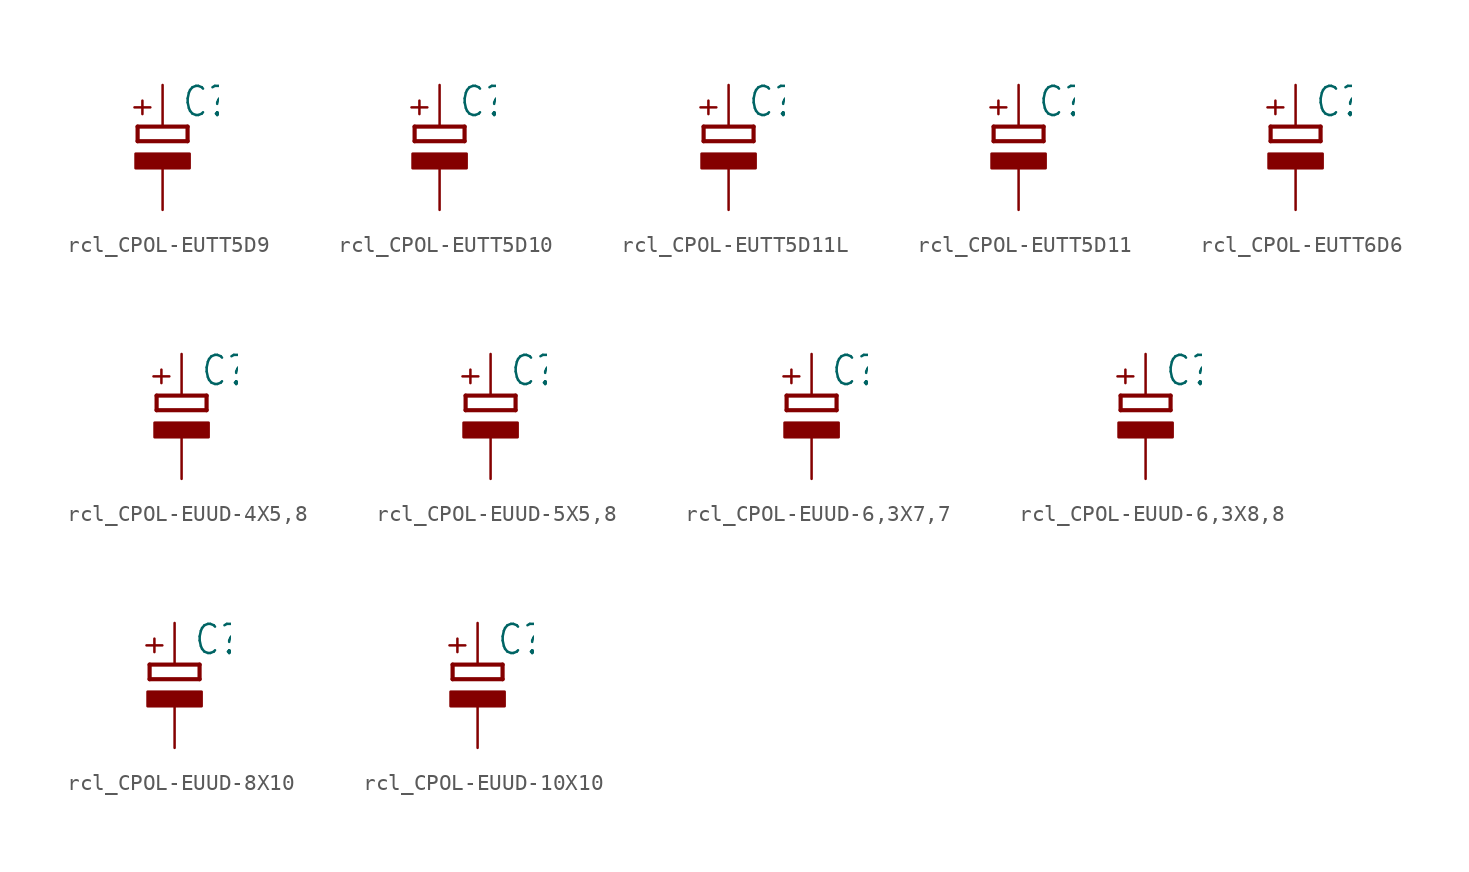
<source format=kicad_sym>
(kicad_symbol_lib
  (version 20241209)
  (generator "kicad_symbol_editor")
  (generator_version "9.0")
  (symbol "rcl_CPOL-EUTT5D9"
    (property "Reference" "C"
      (at 1.143 0.483 0)
      (effects (font (size 1.778 1.511)) (justify left bottom)))
    (property "Value" ""
      (at 1.143 -4.597 0)
      (effects (font (size 1.778 1.511)) (justify left bottom)))
    (property "ki_locked" ""
      (at 0 0 0)
      (effects (font (size 1.27 1.27))))
    (symbol "rcl_CPOL-EUTT5D9_1_0"
      (rectangle (start -1.651 -2.54) (end 1.651 -1.651) (stroke (width 0) (type default)) (fill (type outline)))
      (polyline (pts (xy -1.524 0) (xy -1.524 -0.889)) (stroke (width 0.254) (type solid)) (fill (type none)))
      (polyline (pts (xy -1.524 0) (xy 1.524 0)) (stroke (width 0.254) (type solid)) (fill (type none)))
      (polyline (pts (xy -1.524 -0.889) (xy 1.524 -0.889)) (stroke (width 0.254) (type solid)) (fill (type none)))
      (polyline (pts (xy 1.524 -0.889) (xy 1.524 0)) (stroke (width 0.254) (type solid)) (fill (type none)))
      (text "+" (at -0.584 0.406 900) (effects (font (size 1.27 1.079)) (justify left bottom)))
      (pin passive line (at 0 2.54 270) (length 2.54) (name "+" (effects (font (size 0 0)))) (number "+" (effects (font (size 0 0)))))
      (pin passive line (at 0 -5.08 90) (length 2.54) (name "-" (effects (font (size 0 0)))) (number "-" (effects (font (size 0 0)))))))
  (symbol "rcl_CPOL-EUTT5D10"
    (property "Reference" "C"
      (at 1.143 0.483 0)
      (effects (font (size 1.778 1.511)) (justify left bottom)))
    (property "Value" ""
      (at 1.143 -4.597 0)
      (effects (font (size 1.778 1.511)) (justify left bottom)))
    (property "ki_locked" ""
      (at 0 0 0)
      (effects (font (size 1.27 1.27))))
    (symbol "rcl_CPOL-EUTT5D10_1_0"
      (rectangle (start -1.651 -2.54) (end 1.651 -1.651) (stroke (width 0) (type default)) (fill (type outline)))
      (polyline (pts (xy -1.524 0) (xy -1.524 -0.889)) (stroke (width 0.254) (type solid)) (fill (type none)))
      (polyline (pts (xy -1.524 0) (xy 1.524 0)) (stroke (width 0.254) (type solid)) (fill (type none)))
      (polyline (pts (xy -1.524 -0.889) (xy 1.524 -0.889)) (stroke (width 0.254) (type solid)) (fill (type none)))
      (polyline (pts (xy 1.524 -0.889) (xy 1.524 0)) (stroke (width 0.254) (type solid)) (fill (type none)))
      (text "+" (at -0.584 0.406 900) (effects (font (size 1.27 1.079)) (justify left bottom)))
      (pin passive line (at 0 2.54 270) (length 2.54) (name "+" (effects (font (size 0 0)))) (number "+" (effects (font (size 0 0)))))
      (pin passive line (at 0 -5.08 90) (length 2.54) (name "-" (effects (font (size 0 0)))) (number "-" (effects (font (size 0 0)))))))
  (symbol "rcl_CPOL-EUTT5D11L"
    (property "Reference" "C"
      (at 1.143 0.483 0)
      (effects (font (size 1.778 1.511)) (justify left bottom)))
    (property "Value" ""
      (at 1.143 -4.597 0)
      (effects (font (size 1.778 1.511)) (justify left bottom)))
    (property "ki_locked" ""
      (at 0 0 0)
      (effects (font (size 1.27 1.27))))
    (symbol "rcl_CPOL-EUTT5D11L_1_0"
      (rectangle (start -1.651 -2.54) (end 1.651 -1.651) (stroke (width 0) (type default)) (fill (type outline)))
      (polyline (pts (xy -1.524 0) (xy -1.524 -0.889)) (stroke (width 0.254) (type solid)) (fill (type none)))
      (polyline (pts (xy -1.524 0) (xy 1.524 0)) (stroke (width 0.254) (type solid)) (fill (type none)))
      (polyline (pts (xy -1.524 -0.889) (xy 1.524 -0.889)) (stroke (width 0.254) (type solid)) (fill (type none)))
      (polyline (pts (xy 1.524 -0.889) (xy 1.524 0)) (stroke (width 0.254) (type solid)) (fill (type none)))
      (text "+" (at -0.584 0.406 900) (effects (font (size 1.27 1.079)) (justify left bottom)))
      (pin passive line (at 0 2.54 270) (length 2.54) (name "+" (effects (font (size 0 0)))) (number "+" (effects (font (size 0 0)))))
      (pin passive line (at 0 -5.08 90) (length 2.54) (name "-" (effects (font (size 0 0)))) (number "-" (effects (font (size 0 0)))))))
  (symbol "rcl_CPOL-EUTT5D11"
    (property "Reference" "C"
      (at 1.143 0.483 0)
      (effects (font (size 1.778 1.511)) (justify left bottom)))
    (property "Value" ""
      (at 1.143 -4.597 0)
      (effects (font (size 1.778 1.511)) (justify left bottom)))
    (property "ki_locked" ""
      (at 0 0 0)
      (effects (font (size 1.27 1.27))))
    (symbol "rcl_CPOL-EUTT5D11_1_0"
      (rectangle (start -1.651 -2.54) (end 1.651 -1.651) (stroke (width 0) (type default)) (fill (type outline)))
      (polyline (pts (xy -1.524 0) (xy -1.524 -0.889)) (stroke (width 0.254) (type solid)) (fill (type none)))
      (polyline (pts (xy -1.524 0) (xy 1.524 0)) (stroke (width 0.254) (type solid)) (fill (type none)))
      (polyline (pts (xy -1.524 -0.889) (xy 1.524 -0.889)) (stroke (width 0.254) (type solid)) (fill (type none)))
      (polyline (pts (xy 1.524 -0.889) (xy 1.524 0)) (stroke (width 0.254) (type solid)) (fill (type none)))
      (text "+" (at -0.584 0.406 900) (effects (font (size 1.27 1.079)) (justify left bottom)))
      (pin passive line (at 0 2.54 270) (length 2.54) (name "+" (effects (font (size 0 0)))) (number "+" (effects (font (size 0 0)))))
      (pin passive line (at 0 -5.08 90) (length 2.54) (name "-" (effects (font (size 0 0)))) (number "-" (effects (font (size 0 0)))))))
  (symbol "rcl_CPOL-EUTT6D6"
    (property "Reference" "C"
      (at 1.143 0.483 0)
      (effects (font (size 1.778 1.511)) (justify left bottom)))
    (property "Value" ""
      (at 1.143 -4.597 0)
      (effects (font (size 1.778 1.511)) (justify left bottom)))
    (property "ki_locked" ""
      (at 0 0 0)
      (effects (font (size 1.27 1.27))))
    (symbol "rcl_CPOL-EUTT6D6_1_0"
      (rectangle (start -1.651 -2.54) (end 1.651 -1.651) (stroke (width 0) (type default)) (fill (type outline)))
      (polyline (pts (xy -1.524 0) (xy -1.524 -0.889)) (stroke (width 0.254) (type solid)) (fill (type none)))
      (polyline (pts (xy -1.524 0) (xy 1.524 0)) (stroke (width 0.254) (type solid)) (fill (type none)))
      (polyline (pts (xy -1.524 -0.889) (xy 1.524 -0.889)) (stroke (width 0.254) (type solid)) (fill (type none)))
      (polyline (pts (xy 1.524 -0.889) (xy 1.524 0)) (stroke (width 0.254) (type solid)) (fill (type none)))
      (text "+" (at -0.584 0.406 900) (effects (font (size 1.27 1.079)) (justify left bottom)))
      (pin passive line (at 0 2.54 270) (length 2.54) (name "+" (effects (font (size 0 0)))) (number "+" (effects (font (size 0 0)))))
      (pin passive line (at 0 -5.08 90) (length 2.54) (name "-" (effects (font (size 0 0)))) (number "-" (effects (font (size 0 0)))))))
  (symbol "rcl_CPOL-EUUD-4X5,8"
    (property "Reference" "C"
      (at 1.143 0.483 0)
      (effects (font (size 1.778 1.511)) (justify left bottom)))
    (property "Value" ""
      (at 1.143 -4.597 0)
      (effects (font (size 1.778 1.511)) (justify left bottom)))
    (property "ki_locked" ""
      (at 0 0 0)
      (effects (font (size 1.27 1.27))))
    (symbol "rcl_CPOL-EUUD-4X5,8_1_0"
      (rectangle (start -1.651 -2.54) (end 1.651 -1.651) (stroke (width 0) (type default)) (fill (type outline)))
      (polyline (pts (xy -1.524 0) (xy -1.524 -0.889)) (stroke (width 0.254) (type solid)) (fill (type none)))
      (polyline (pts (xy -1.524 0) (xy 1.524 0)) (stroke (width 0.254) (type solid)) (fill (type none)))
      (polyline (pts (xy -1.524 -0.889) (xy 1.524 -0.889)) (stroke (width 0.254) (type solid)) (fill (type none)))
      (polyline (pts (xy 1.524 -0.889) (xy 1.524 0)) (stroke (width 0.254) (type solid)) (fill (type none)))
      (text "+" (at -0.584 0.406 900) (effects (font (size 1.27 1.079)) (justify left bottom)))
      (pin passive line (at 0 2.54 270) (length 2.54) (name "+" (effects (font (size 0 0)))) (number "+" (effects (font (size 0 0)))))
      (pin passive line (at 0 -5.08 90) (length 2.54) (name "-" (effects (font (size 0 0)))) (number "-" (effects (font (size 0 0)))))))
  (symbol "rcl_CPOL-EUUD-5X5,8"
    (property "Reference" "C"
      (at 1.143 0.483 0)
      (effects (font (size 1.778 1.511)) (justify left bottom)))
    (property "Value" ""
      (at 1.143 -4.597 0)
      (effects (font (size 1.778 1.511)) (justify left bottom)))
    (property "ki_locked" ""
      (at 0 0 0)
      (effects (font (size 1.27 1.27))))
    (symbol "rcl_CPOL-EUUD-5X5,8_1_0"
      (rectangle (start -1.651 -2.54) (end 1.651 -1.651) (stroke (width 0) (type default)) (fill (type outline)))
      (polyline (pts (xy -1.524 0) (xy -1.524 -0.889)) (stroke (width 0.254) (type solid)) (fill (type none)))
      (polyline (pts (xy -1.524 0) (xy 1.524 0)) (stroke (width 0.254) (type solid)) (fill (type none)))
      (polyline (pts (xy -1.524 -0.889) (xy 1.524 -0.889)) (stroke (width 0.254) (type solid)) (fill (type none)))
      (polyline (pts (xy 1.524 -0.889) (xy 1.524 0)) (stroke (width 0.254) (type solid)) (fill (type none)))
      (text "+" (at -0.584 0.406 900) (effects (font (size 1.27 1.079)) (justify left bottom)))
      (pin passive line (at 0 2.54 270) (length 2.54) (name "+" (effects (font (size 0 0)))) (number "+" (effects (font (size 0 0)))))
      (pin passive line (at 0 -5.08 90) (length 2.54) (name "-" (effects (font (size 0 0)))) (number "-" (effects (font (size 0 0)))))))
  (symbol "rcl_CPOL-EUUD-6,3X7,7"
    (property "Reference" "C"
      (at 1.143 0.483 0)
      (effects (font (size 1.778 1.511)) (justify left bottom)))
    (property "Value" ""
      (at 1.143 -4.597 0)
      (effects (font (size 1.778 1.511)) (justify left bottom)))
    (property "ki_locked" ""
      (at 0 0 0)
      (effects (font (size 1.27 1.27))))
    (symbol "rcl_CPOL-EUUD-6,3X7,7_1_0"
      (rectangle (start -1.651 -2.54) (end 1.651 -1.651) (stroke (width 0) (type default)) (fill (type outline)))
      (polyline (pts (xy -1.524 0) (xy -1.524 -0.889)) (stroke (width 0.254) (type solid)) (fill (type none)))
      (polyline (pts (xy -1.524 0) (xy 1.524 0)) (stroke (width 0.254) (type solid)) (fill (type none)))
      (polyline (pts (xy -1.524 -0.889) (xy 1.524 -0.889)) (stroke (width 0.254) (type solid)) (fill (type none)))
      (polyline (pts (xy 1.524 -0.889) (xy 1.524 0)) (stroke (width 0.254) (type solid)) (fill (type none)))
      (text "+" (at -0.584 0.406 900) (effects (font (size 1.27 1.079)) (justify left bottom)))
      (pin passive line (at 0 2.54 270) (length 2.54) (name "+" (effects (font (size 0 0)))) (number "+" (effects (font (size 0 0)))))
      (pin passive line (at 0 -5.08 90) (length 2.54) (name "-" (effects (font (size 0 0)))) (number "-" (effects (font (size 0 0)))))))
  (symbol "rcl_CPOL-EUUD-6,3X8,8"
    (property "Reference" "C"
      (at 1.143 0.483 0)
      (effects (font (size 1.778 1.511)) (justify left bottom)))
    (property "Value" ""
      (at 1.143 -4.597 0)
      (effects (font (size 1.778 1.511)) (justify left bottom)))
    (property "ki_locked" ""
      (at 0 0 0)
      (effects (font (size 1.27 1.27))))
    (symbol "rcl_CPOL-EUUD-6,3X8,8_1_0"
      (rectangle (start -1.651 -2.54) (end 1.651 -1.651) (stroke (width 0) (type default)) (fill (type outline)))
      (polyline (pts (xy -1.524 0) (xy -1.524 -0.889)) (stroke (width 0.254) (type solid)) (fill (type none)))
      (polyline (pts (xy -1.524 0) (xy 1.524 0)) (stroke (width 0.254) (type solid)) (fill (type none)))
      (polyline (pts (xy -1.524 -0.889) (xy 1.524 -0.889)) (stroke (width 0.254) (type solid)) (fill (type none)))
      (polyline (pts (xy 1.524 -0.889) (xy 1.524 0)) (stroke (width 0.254) (type solid)) (fill (type none)))
      (text "+" (at -0.584 0.406 900) (effects (font (size 1.27 1.079)) (justify left bottom)))
      (pin passive line (at 0 2.54 270) (length 2.54) (name "+" (effects (font (size 0 0)))) (number "+" (effects (font (size 0 0)))))
      (pin passive line (at 0 -5.08 90) (length 2.54) (name "-" (effects (font (size 0 0)))) (number "-" (effects (font (size 0 0)))))))
  (symbol "rcl_CPOL-EUUD-8X10"
    (property "Reference" "C"
      (at 1.143 0.483 0)
      (effects (font (size 1.778 1.511)) (justify left bottom)))
    (property "Value" ""
      (at 1.143 -4.597 0)
      (effects (font (size 1.778 1.511)) (justify left bottom)))
    (property "ki_locked" ""
      (at 0 0 0)
      (effects (font (size 1.27 1.27))))
    (symbol "rcl_CPOL-EUUD-8X10_1_0"
      (rectangle (start -1.651 -2.54) (end 1.651 -1.651) (stroke (width 0) (type default)) (fill (type outline)))
      (polyline (pts (xy -1.524 0) (xy -1.524 -0.889)) (stroke (width 0.254) (type solid)) (fill (type none)))
      (polyline (pts (xy -1.524 0) (xy 1.524 0)) (stroke (width 0.254) (type solid)) (fill (type none)))
      (polyline (pts (xy -1.524 -0.889) (xy 1.524 -0.889)) (stroke (width 0.254) (type solid)) (fill (type none)))
      (polyline (pts (xy 1.524 -0.889) (xy 1.524 0)) (stroke (width 0.254) (type solid)) (fill (type none)))
      (text "+" (at -0.584 0.406 900) (effects (font (size 1.27 1.079)) (justify left bottom)))
      (pin passive line (at 0 2.54 270) (length 2.54) (name "+" (effects (font (size 0 0)))) (number "+" (effects (font (size 0 0)))))
      (pin passive line (at 0 -5.08 90) (length 2.54) (name "-" (effects (font (size 0 0)))) (number "-" (effects (font (size 0 0)))))))
  (symbol "rcl_CPOL-EUUD-10X10"
    (property "Reference" "C"
      (at 1.143 0.483 0)
      (effects (font (size 1.778 1.511)) (justify left bottom)))
    (property "Value" ""
      (at 1.143 -4.597 0)
      (effects (font (size 1.778 1.511)) (justify left bottom)))
    (property "ki_locked" ""
      (at 0 0 0)
      (effects (font (size 1.27 1.27))))
    (symbol "rcl_CPOL-EUUD-10X10_1_0"
      (rectangle (start -1.651 -2.54) (end 1.651 -1.651) (stroke (width 0) (type default)) (fill (type outline)))
      (polyline (pts (xy -1.524 0) (xy -1.524 -0.889)) (stroke (width 0.254) (type solid)) (fill (type none)))
      (polyline (pts (xy -1.524 0) (xy 1.524 0)) (stroke (width 0.254) (type solid)) (fill (type none)))
      (polyline (pts (xy -1.524 -0.889) (xy 1.524 -0.889)) (stroke (width 0.254) (type solid)) (fill (type none)))
      (polyline (pts (xy 1.524 -0.889) (xy 1.524 0)) (stroke (width 0.254) (type solid)) (fill (type none)))
      (text "+" (at -0.584 0.406 900) (effects (font (size 1.27 1.079)) (justify left bottom)))
      (pin passive line (at 0 2.54 270) (length 2.54) (name "+" (effects (font (size 0 0)))) (number "+" (effects (font (size 0 0)))))
      (pin passive line (at 0 -5.08 90) (length 2.54) (name "-" (effects (font (size 0 0)))) (number "-" (effects (font (size 0 0))))))))
</source>
